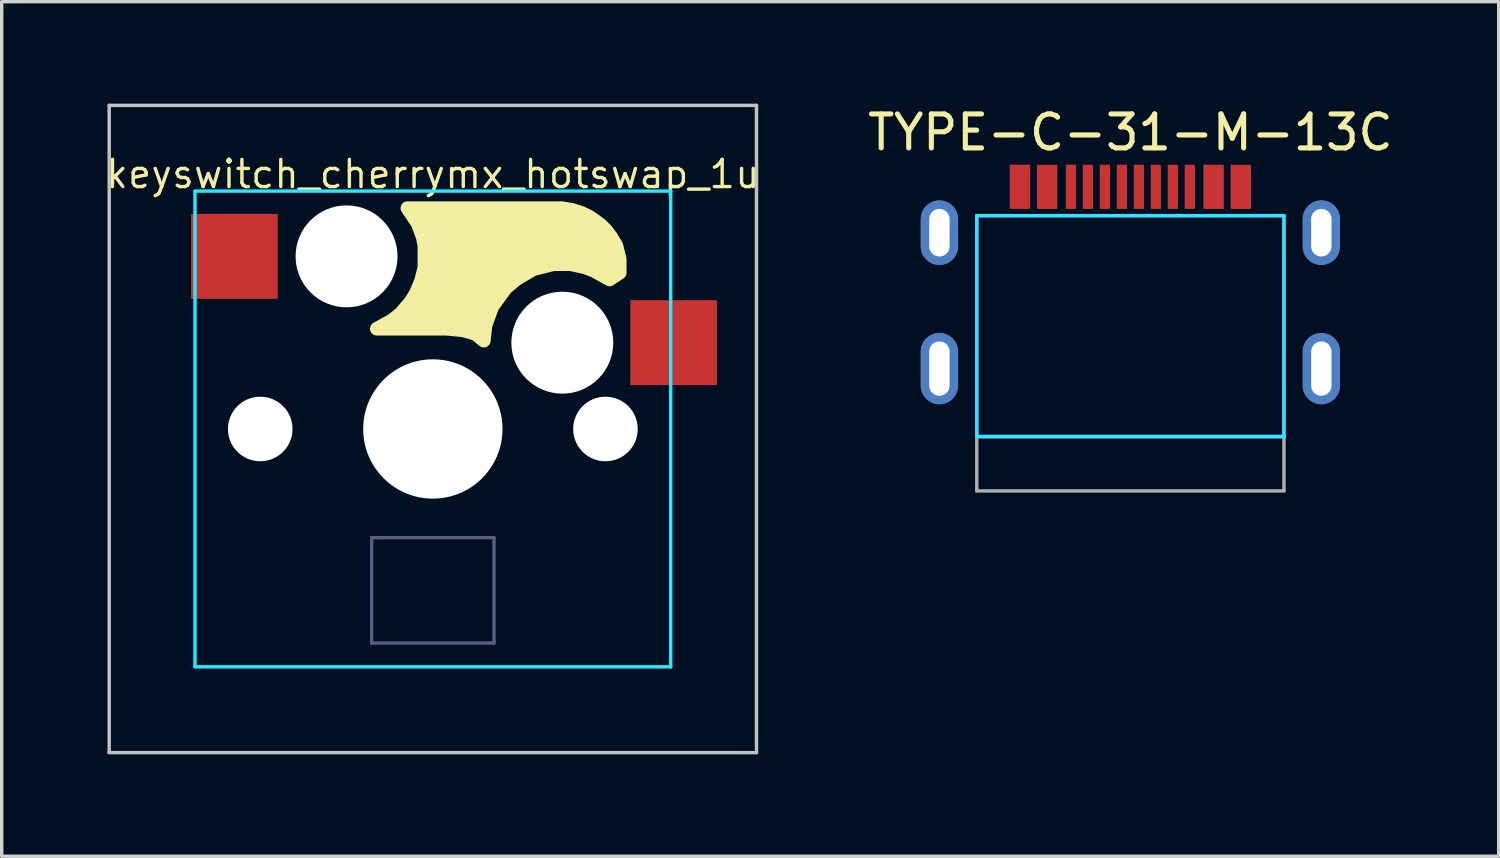
<source format=kicad_pcb>
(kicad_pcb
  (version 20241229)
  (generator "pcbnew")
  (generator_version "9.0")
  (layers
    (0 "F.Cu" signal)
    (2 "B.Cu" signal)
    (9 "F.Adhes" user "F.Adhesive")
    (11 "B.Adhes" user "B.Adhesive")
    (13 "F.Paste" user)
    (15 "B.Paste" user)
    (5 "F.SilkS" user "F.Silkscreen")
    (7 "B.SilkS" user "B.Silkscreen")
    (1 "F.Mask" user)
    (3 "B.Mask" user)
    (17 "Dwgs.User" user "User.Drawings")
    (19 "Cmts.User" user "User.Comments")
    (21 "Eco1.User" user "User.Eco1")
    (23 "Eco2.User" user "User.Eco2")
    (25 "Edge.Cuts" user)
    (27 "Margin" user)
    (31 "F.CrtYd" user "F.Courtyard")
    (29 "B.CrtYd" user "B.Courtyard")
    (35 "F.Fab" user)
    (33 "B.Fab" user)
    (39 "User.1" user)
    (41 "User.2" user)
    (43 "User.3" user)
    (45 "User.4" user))
  (footprint "TYPE-C-31-M-13C"
    (layer "F.Cu")
    (at 30.217 7.798)
    (property "Reference" "TYPE-C-31-M-13C" (at 0 -6.95 0) (layer "F.SilkS") (effects (font (size 1 1) (thickness 0.15))))
    (attr smd)
    (fp_line (start -4.52 -4.5) (end -4.52 2) (stroke (width 0.1) (type solid)) (layer "B.CrtYd"))
    (fp_line (start 4.52 -4.5) (end -4.52 -4.5) (stroke (width 0.1) (type default)) (layer "B.CrtYd"))
    (fp_line (start 4.52 -4.5) (end 4.52 2) (stroke (width 0.1) (type solid)) (layer "B.CrtYd"))
    (fp_line (start 4.52 2) (end -4.52 2) (stroke (width 0.1) (type default)) (layer "B.CrtYd"))
    (fp_line (start -4.52 -4.5) (end -4.52 2) (stroke (width 0.1) (type solid)) (layer "F.CrtYd"))
    (fp_line (start 4.52 -4.5) (end -4.52 -4.5) (stroke (width 0.1) (type default)) (layer "F.CrtYd"))
    (fp_line (start 4.52 -4.5) (end 4.52 2) (stroke (width 0.1) (type solid)) (layer "F.CrtYd"))
    (fp_line (start 4.52 2) (end -4.52 2) (stroke (width 0.1) (type default)) (layer "F.CrtYd"))
    (fp_line (start -4.52 2) (end -4.52 3.6) (stroke (width 0.1) (type default)) (layer "F.Fab"))
    (fp_line (start -4.52 2) (end 4.52 2) (stroke (width 0.1) (type default)) (layer "F.Fab"))
    (fp_line (start 4.52 2) (end 4.52 3.6) (stroke (width 0.1) (type default)) (layer "F.Fab"))
    (fp_line (start 4.52 3.6) (end -4.52 3.6) (stroke (width 0.1) (type default)) (layer "F.Fab"))
    (pad "A1" smd rect (at -3.25 -5.35) (size 0.6 1.3) (layers "F.Cu" "F.Mask" "F.Paste"))
    (pad "A4" smd rect (at -2.45 -5.35) (size 0.6 1.3) (layers "F.Cu" "F.Mask" "F.Paste"))
    (pad "A5" smd rect (at -1.25 -5.35) (size 0.3 1.3) (layers "F.Cu" "F.Mask" "F.Paste"))
    (pad "A6" smd rect (at -0.25 -5.35) (size 0.3 1.3) (layers "F.Cu" "F.Mask" "F.Paste"))
    (pad "A7" smd rect (at 0.25 -5.35) (size 0.3 1.3) (layers "F.Cu" "F.Mask" "F.Paste"))
    (pad "A8" smd rect (at 1.25 -5.35) (size 0.3 1.3) (layers "F.Cu" "F.Mask" "F.Paste"))
    (pad "B1" smd rect (at 3.25 -5.35) (size 0.6 1.3) (layers "F.Cu" "F.Mask" "F.Paste"))
    (pad "B4" smd rect (at 2.45 -5.35) (size 0.6 1.3) (layers "F.Cu" "F.Mask" "F.Paste"))
    (pad "B5" smd rect (at 1.75 -5.35) (size 0.3 1.3) (layers "F.Cu" "F.Mask" "F.Paste"))
    (pad "B6" smd rect (at 0.75 -5.35) (size 0.3 1.3) (layers "F.Cu" "F.Mask" "F.Paste"))
    (pad "B7" smd rect (at -0.75 -5.35) (size 0.3 1.3) (layers "F.Cu" "F.Mask" "F.Paste"))
    (pad "B8" smd rect (at -1.75 -5.35) (size 0.3 1.3) (layers "F.Cu" "F.Mask" "F.Paste"))
    (pad "S1" thru_hole oval (at -5.62 -4) (size 1.1 1.9) (drill oval 0.6 1.4) (layers "*.Cu" "*.Mask"))
    (pad "S1" thru_hole oval (at -5.62 0) (size 1.1 2.1) (drill oval 0.6 1.6) (layers "*.Cu" "*.Mask"))
    (pad "S1" thru_hole oval (at 5.62 -4) (size 1.1 1.9) (drill oval 0.6 1.4) (layers "*.Cu" "*.Mask"))
    (pad "S1" thru_hole oval (at 5.62 0) (size 1.1 2.1) (drill oval 0.6 1.6) (layers "*.Cu" "*.Mask")))
  (footprint "keyswitch_cherrymx_hotswap_1u"
    (layer "F.Cu")
    (at 9.689 9.575)
    (property "Reference" "keyswitch_cherrymx_hotswap_1u" (at 0 -7.5 0) (layer "F.SilkS") (effects (font (size 0.8 0.8) (thickness 0.1) (bold yes))))
    (attr smd)
    (fp_poly (pts (xy 3.6 -6.5) (xy 3.8 -6.5) (xy 4.1 -6.45) (xy 4.4 -6.35) (xy 4.6 -6.25) (xy 4.75 -6.15) (xy 4.95 -6) (xy 5.1 -5.85) (xy 5.25 -5.65) (xy 5.4 -5.4) (xy 5.5 -5) (xy 5.5 -4.6) (xy 5.35 -4.5) (xy 5.2 -4.4) (xy 4.75 -4.65) (xy 4.5 -4.75) (xy 4.05 -4.85) (xy 3.55 -4.85) (xy 2.95 -4.7) (xy 2.45 -4.4) (xy 2.15 -4.15) (xy 1.75 -3.6) (xy 1.55 -3.05) (xy 1.5 -2.6) (xy 1.25 -2.8) (xy 0.9 -2.9) (xy 0.4 -2.95) (xy -1.65 -2.95) (xy -1.2 -3.2) (xy -0.95 -3.4) (xy -0.65 -3.75) (xy -0.5 -4) (xy -0.35 -4.35) (xy -0.25 -4.75) (xy -0.25 -5.05) (xy -0.25 -5.4) (xy -0.3 -5.65) (xy -0.45 -6.05) (xy -0.75 -6.5)) (stroke (width 0.4) (type solid)) (fill yes) (layer "F.SilkS"))
    (fp_line (start -9.525 -9.525) (end -9.525 9.525) (stroke (width 0.1) (type solid)) (layer "Dwgs.User"))
    (fp_line (start -9.525 9.525) (end 9.525 9.525) (stroke (width 0.1) (type solid)) (layer "Dwgs.User"))
    (fp_line (start 9.525 -9.525) (end -9.525 -9.525) (stroke (width 0.1) (type solid)) (layer "Dwgs.User"))
    (fp_line (start 9.525 9.525) (end 9.525 -9.525) (stroke (width 0.1) (type solid)) (layer "Dwgs.User"))
    (fp_line (start -7 7) (end -7 -7) (stroke (width 0.1) (type default)) (layer "B.CrtYd"))
    (fp_line (start 7 -7) (end -7 -7) (stroke (width 0.1) (type default)) (layer "B.CrtYd"))
    (fp_line (start 7 -7) (end 7 7) (stroke (width 0.1) (type default)) (layer "B.CrtYd"))
    (fp_line (start 7 7) (end -7 7) (stroke (width 0.1) (type default)) (layer "B.CrtYd"))
    (fp_line (start -1.8 3.2) (end -1.8 6.3) (stroke (width 0.1) (type default)) (layer "B.Fab"))
    (fp_line (start 1.8 3.2) (end -1.8 3.2) (stroke (width 0.1) (type default)) (layer "B.Fab"))
    (fp_line (start 1.8 3.2) (end 1.8 6.3) (stroke (width 0.1) (type default)) (layer "B.Fab"))
    (fp_line (start 1.8 6.3) (end -1.8 6.3) (stroke (width 0.1) (type default)) (layer "B.Fab"))
    (pad "" np_thru_hole circle (at -5.08 0) (size 1.9 1.9) (drill 1.9) (layers "*.Cu" "*.Mask"))
    (pad "" np_thru_hole circle (at -2.54 -5.08) (size 3 3) (drill 3) (layers "*.Cu" "*.Mask"))
    (pad "" np_thru_hole circle (at 0 0 270) (size 4.1 4.1) (drill 4.1) (layers "*.Cu" "*.Mask"))
    (pad "" np_thru_hole circle (at 3.81 -2.54) (size 3 3) (drill 3) (layers "*.Cu" "*.Mask"))
    (pad "" np_thru_hole circle (at 5.08 0) (size 1.9 1.9) (drill 1.9) (layers "*.Cu" "*.Mask"))
    (pad "1" smd rect (at 7.085 -2.54 180) (size 2.55 2.5) (layers "F.Cu" "F.Mask" "F.Paste"))
    (pad "2" smd rect (at -5.842 -5.08 180) (size 2.55 2.5) (layers "F.Cu" "F.Mask" "F.Paste")))
  (gr_rect
    (start -3 -3)
    (end 41.057 22.15)
    (stroke (width 0.1) (type default))
    (fill no)
    (layer "Edge.Cuts")))
</source>
